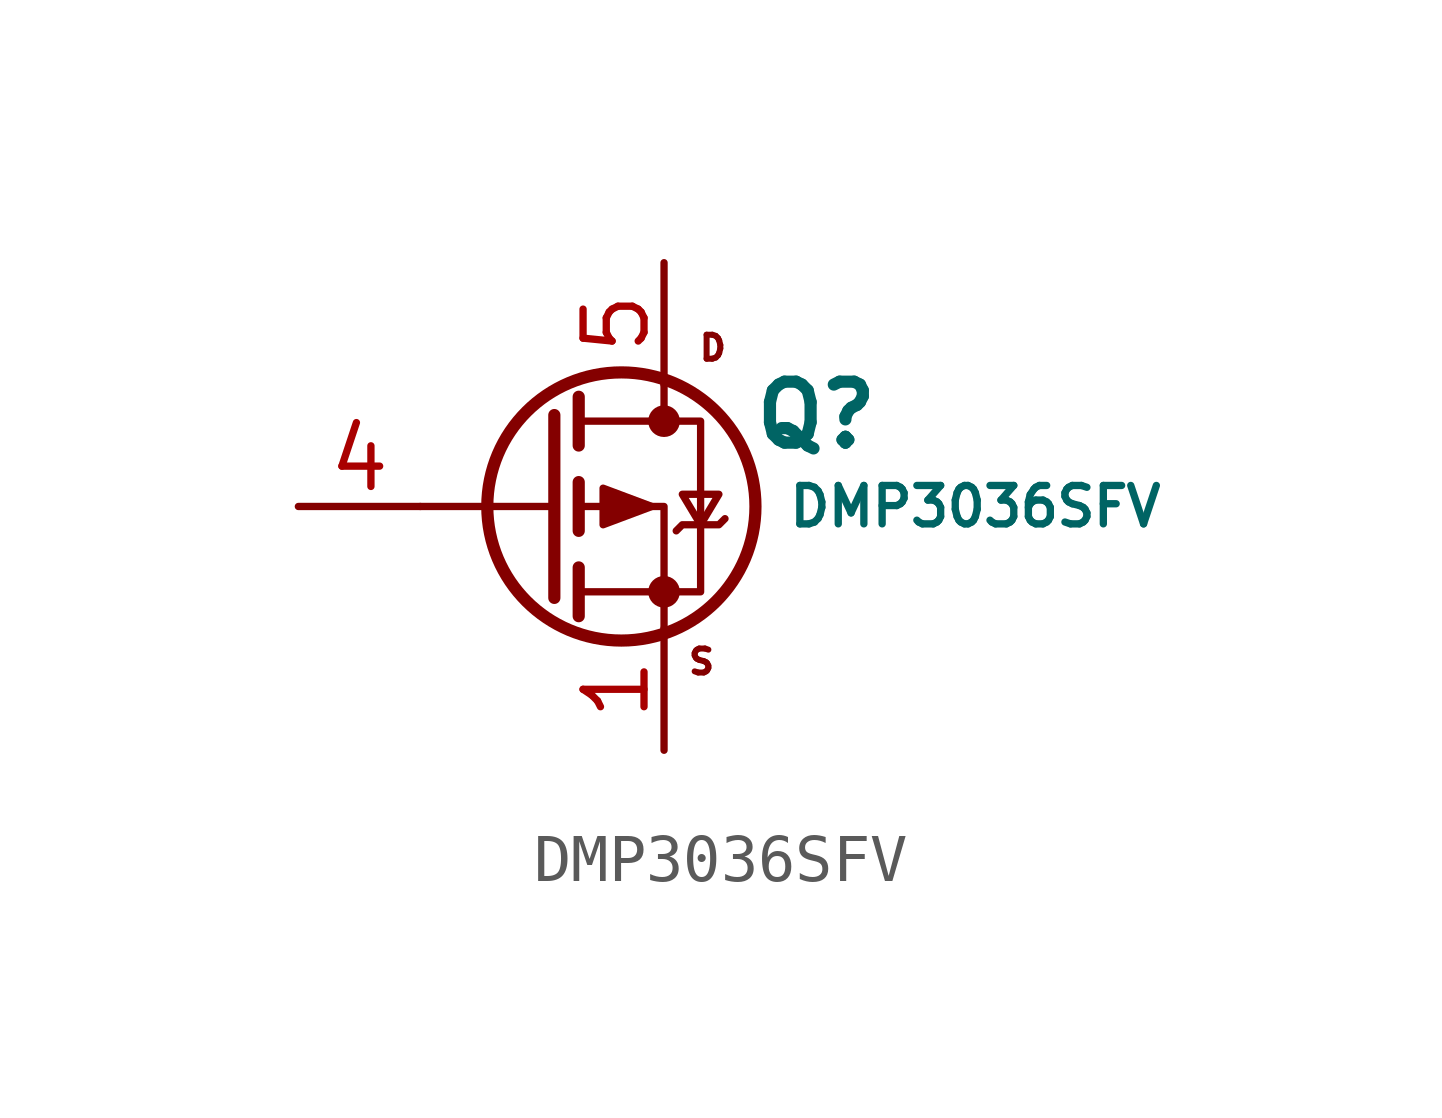
<source format=kicad_sym>
(kicad_symbol_lib
  (version 20241209)
  (generator "kicad_symbol_editor")
  (generator_version "9.0")
  (symbol "DMP3036SFV"
    (pin_names
      (hide yes))
    (property "Reference" "Q"
      (at 5.715 1.905 0)
      (do_not_autoplace)
      (effects (font (size 1.27 1.27) (thickness 0.254) (bold yes))))
    (property "Value" "DMP3036SFV"
      (at 5.08 0 0)
      (do_not_autoplace)
      (effects (font (size 0.8 0.8)) (justify left)))
    (symbol "DMP3036SFV_0_1"
      (polyline (pts (xy 0.254 1.905) (xy 0.254 -1.905)) (stroke (width 0.254) (type default)) (fill (type none)))
      (polyline (pts (xy 0.254 0) (xy -2.54 0)) (stroke (width 0) (type default)) (fill (type none)))
      (polyline (pts (xy 0.762 2.286) (xy 0.762 1.27)) (stroke (width 0.254) (type default)) (fill (type none)))
      (polyline (pts (xy 0.762 1.778) (xy 3.302 1.778) (xy 3.302 -1.778) (xy 0.762 -1.778)) (stroke (width 0) (type default)) (fill (type none)))
      (polyline (pts (xy 0.762 0.508) (xy 0.762 -0.508)) (stroke (width 0.254) (type default)) (fill (type none)))
      (polyline (pts (xy 0.762 -1.27) (xy 0.762 -2.286)) (stroke (width 0.254) (type default)) (fill (type none)))
      (circle (center 1.651 0) (radius 2.794) (stroke (width 0.254) (type default)) (fill (type none)))
      (polyline (pts (xy 2.286 0) (xy 1.27 0.381) (xy 1.27 -0.381) (xy 2.286 0)) (stroke (width 0) (type default)) (fill (type outline)))
      (polyline (pts (xy 2.54 2.54) (xy 2.54 1.778)) (stroke (width 0) (type default)) (fill (type none)))
      (circle (center 2.54 1.778) (radius 0.254) (stroke (width 0) (type default)) (fill (type outline)))
      (circle (center 2.54 -1.778) (radius 0.254) (stroke (width 0) (type default)) (fill (type outline)))
      (polyline (pts (xy 2.54 -2.54) (xy 2.54 0) (xy 0.762 0)) (stroke (width 0) (type default)) (fill (type none)))
      (polyline (pts (xy 2.794 -0.508) (xy 2.921 -0.381) (xy 3.683 -0.381) (xy 3.81 -0.254)) (stroke (width 0) (type default)) (fill (type none)))
      (polyline (pts (xy 3.302 -0.381) (xy 2.921 0.254) (xy 3.683 0.254) (xy 3.302 -0.381)) (stroke (width 0) (type default)) (fill (type none))))
    (symbol "DMP3036SFV_1_1"
      (text "S" (at 3.321 -3.235 0) (effects (font (size 0.5 0.5))))
      (text "D" (at 3.558 3.304 0) (effects (font (size 0.5 0.5))))
      (pin input line (at -5.08 0 0) (length 2.54) (name "G" (effects (font (size 1.27 1.27)))) (number "4" (effects (font (size 1.27 1.27)))))
      (pin passive line (at 2.54 5.08 270) (length 2.54) (name "S" (effects (font (size 1.27 1.27)))) (number "5" (effects (font (size 1.27 1.27)))))
      (pin passive line (at 2.54 5.08 270) (length 2.54) (hide yes) (name "S" (effects (font (size 1.27 1.27)))) (number "6" (effects (font (size 1.27 1.27)))))
      (pin passive line (at 2.54 5.08 270) (length 2.54) (hide yes) (name "S" (effects (font (size 1.27 1.27)))) (number "7" (effects (font (size 1.27 1.27)))))
      (pin passive line (at 2.54 5.08 270) (length 2.54) (hide yes) (name "S" (effects (font (size 1.27 1.27)))) (number "8" (effects (font (size 1.27 1.27)))))
      (pin passive line (at 2.54 5.08 270) (length 2.54) (hide yes) (name "S" (effects (font (size 1.27 1.27)))) (number "PAD" (effects (font (size 1.27 1.27)))))
      (pin passive line (at 2.54 -5.08 90) (length 2.54) (name "D" (effects (font (size 1.27 1.27)))) (number "1" (effects (font (size 1.27 1.27)))))
      (pin passive line (at 2.54 -5.08 90) (length 2.54) (hide yes) (name "D" (effects (font (size 1.27 1.27)))) (number "2" (effects (font (size 1.27 1.27)))))
      (pin passive line (at 2.54 -5.08 90) (length 2.54) (hide yes) (name "D" (effects (font (size 1.27 1.27)))) (number "3" (effects (font (size 1.27 1.27))))))))
</source>
